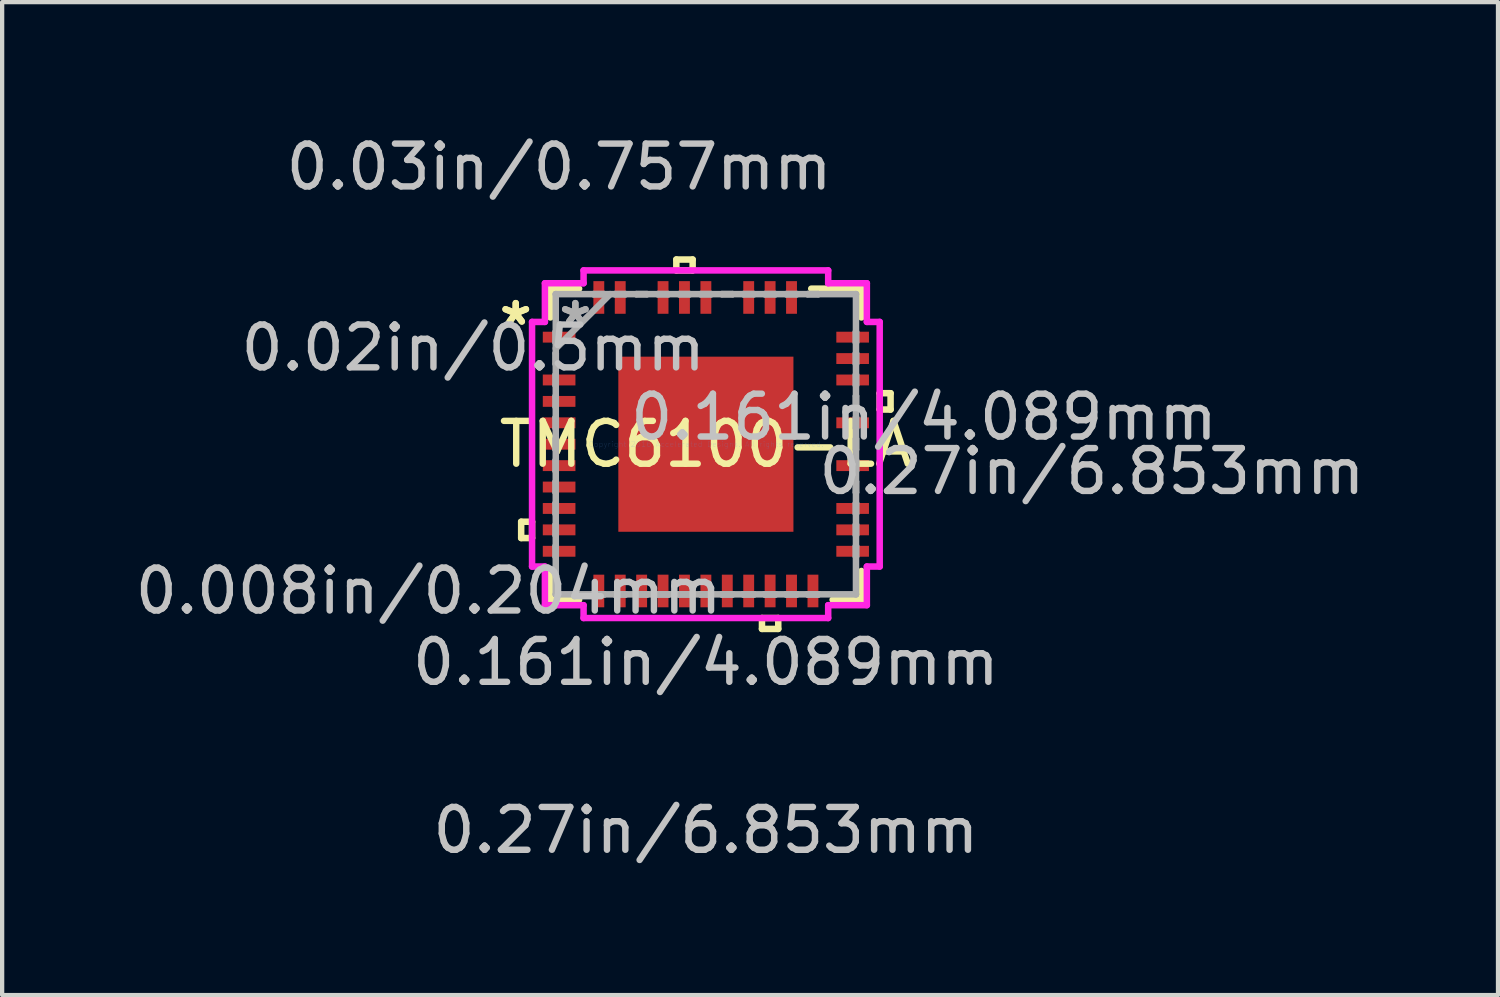
<source format=kicad_pcb>
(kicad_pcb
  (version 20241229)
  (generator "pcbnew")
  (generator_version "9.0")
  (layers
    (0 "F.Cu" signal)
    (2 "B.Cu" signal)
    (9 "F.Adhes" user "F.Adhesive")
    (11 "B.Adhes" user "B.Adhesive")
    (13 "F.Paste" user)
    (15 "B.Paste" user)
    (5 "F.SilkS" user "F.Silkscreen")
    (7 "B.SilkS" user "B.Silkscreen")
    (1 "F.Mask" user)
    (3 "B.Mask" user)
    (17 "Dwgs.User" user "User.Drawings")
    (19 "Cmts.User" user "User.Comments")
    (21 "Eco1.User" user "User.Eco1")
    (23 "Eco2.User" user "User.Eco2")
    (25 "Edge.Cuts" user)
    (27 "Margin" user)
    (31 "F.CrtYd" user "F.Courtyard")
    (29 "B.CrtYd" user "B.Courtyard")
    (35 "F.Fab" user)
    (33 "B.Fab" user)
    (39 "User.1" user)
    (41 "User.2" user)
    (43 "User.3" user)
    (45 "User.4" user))
  (footprint "TMC6100-LA"
    (layer "F.Cu")
    (at 13.433 7.323)
    (property "Reference" "TMC6100-LA" (at 0 0 0) (layer "F.SilkS") (effects (font (size 1 1) (thickness 0.15))))
    (attr through_hole)
    (fp_line (start -4.313 1.81) (end -4.313 2.191) (stroke (width 0.152) (type solid)) (layer "F.SilkS"))
    (fp_line (start -4.313 2.191) (end -4.059 2.191) (stroke (width 0.152) (type solid)) (layer "F.SilkS"))
    (fp_line (start -4.059 1.81) (end -4.313 1.81) (stroke (width 0.152) (type solid)) (layer "F.SilkS"))
    (fp_line (start -4.059 2.191) (end -4.059 1.81) (stroke (width 0.152) (type solid)) (layer "F.SilkS"))
    (fp_line (start -3.632 -3.632) (end -3.632 -2.96) (stroke (width 0.152) (type solid)) (layer "F.SilkS"))
    (fp_line (start -3.632 2.96) (end -3.632 3.632) (stroke (width 0.152) (type solid)) (layer "F.SilkS"))
    (fp_line (start -3.632 3.632) (end -2.96 3.632) (stroke (width 0.152) (type solid)) (layer "F.SilkS"))
    (fp_line (start -2.96 -3.632) (end -3.632 -3.632) (stroke (width 0.152) (type solid)) (layer "F.SilkS"))
    (fp_line (start -0.69 -4.313) (end -0.309 -4.313) (stroke (width 0.152) (type solid)) (layer "F.SilkS"))
    (fp_line (start -0.69 -4.059) (end -0.69 -4.313) (stroke (width 0.152) (type solid)) (layer "F.SilkS"))
    (fp_line (start -0.309 -4.313) (end -0.309 -4.059) (stroke (width 0.152) (type solid)) (layer "F.SilkS"))
    (fp_line (start -0.309 -4.059) (end -0.69 -4.059) (stroke (width 0.152) (type solid)) (layer "F.SilkS"))
    (fp_line (start 1.31 4.059) (end 1.31 4.313) (stroke (width 0.152) (type solid)) (layer "F.SilkS"))
    (fp_line (start 1.31 4.313) (end 1.69 4.313) (stroke (width 0.152) (type solid)) (layer "F.SilkS"))
    (fp_line (start 1.69 4.059) (end 1.31 4.059) (stroke (width 0.152) (type solid)) (layer "F.SilkS"))
    (fp_line (start 1.69 4.313) (end 1.69 4.059) (stroke (width 0.152) (type solid)) (layer "F.SilkS"))
    (fp_line (start 2.96 3.632) (end 3.632 3.632) (stroke (width 0.152) (type solid)) (layer "F.SilkS"))
    (fp_line (start 3.632 -3.632) (end 2.46 -3.632) (stroke (width 0.152) (type solid)) (layer "F.SilkS"))
    (fp_line (start 3.632 -2.96) (end 3.632 -3.632) (stroke (width 0.152) (type solid)) (layer "F.SilkS"))
    (fp_line (start 3.632 3.632) (end 3.632 2.96) (stroke (width 0.152) (type solid)) (layer "F.SilkS"))
    (fp_line (start 4.059 -1.191) (end 4.313 -1.191) (stroke (width 0.152) (type solid)) (layer "F.SilkS"))
    (fp_line (start 4.059 -0.81) (end 4.059 -1.191) (stroke (width 0.152) (type solid)) (layer "F.SilkS"))
    (fp_line (start 4.313 -1.191) (end 4.313 -0.81) (stroke (width 0.152) (type solid)) (layer "F.SilkS"))
    (fp_line (start 4.313 -0.81) (end 4.059 -0.81) (stroke (width 0.152) (type solid)) (layer "F.SilkS"))
    (fp_line (start -1.945 -1.945) (end -1.945 -0.782) (stroke (width 0.152) (type solid)) (layer "F.Paste"))
    (fp_line (start -1.945 -0.782) (end -0.782 -0.782) (stroke (width 0.152) (type solid)) (layer "F.Paste"))
    (fp_line (start -1.945 -0.582) (end -1.945 0.582) (stroke (width 0.152) (type solid)) (layer "F.Paste"))
    (fp_line (start -1.945 0.582) (end -0.782 0.582) (stroke (width 0.152) (type solid)) (layer "F.Paste"))
    (fp_line (start -1.945 0.782) (end -1.945 1.945) (stroke (width 0.152) (type solid)) (layer "F.Paste"))
    (fp_line (start -1.945 1.945) (end -0.782 1.945) (stroke (width 0.152) (type solid)) (layer "F.Paste"))
    (fp_line (start -0.782 -1.945) (end -1.945 -1.945) (stroke (width 0.152) (type solid)) (layer "F.Paste"))
    (fp_line (start -0.782 -0.782) (end -0.782 -1.945) (stroke (width 0.152) (type solid)) (layer "F.Paste"))
    (fp_line (start -0.782 -0.582) (end -1.945 -0.582) (stroke (width 0.152) (type solid)) (layer "F.Paste"))
    (fp_line (start -0.782 0.582) (end -0.782 -0.582) (stroke (width 0.152) (type solid)) (layer "F.Paste"))
    (fp_line (start -0.782 0.782) (end -1.945 0.782) (stroke (width 0.152) (type solid)) (layer "F.Paste"))
    (fp_line (start -0.782 1.945) (end -0.782 0.782) (stroke (width 0.152) (type solid)) (layer "F.Paste"))
    (fp_line (start -0.582 -1.945) (end -0.582 -0.782) (stroke (width 0.152) (type solid)) (layer "F.Paste"))
    (fp_line (start -0.582 -0.782) (end 0.582 -0.782) (stroke (width 0.152) (type solid)) (layer "F.Paste"))
    (fp_line (start -0.582 -0.582) (end -0.582 0.582) (stroke (width 0.152) (type solid)) (layer "F.Paste"))
    (fp_line (start -0.582 0.582) (end 0.582 0.582) (stroke (width 0.152) (type solid)) (layer "F.Paste"))
    (fp_line (start -0.582 0.782) (end -0.582 1.945) (stroke (width 0.152) (type solid)) (layer "F.Paste"))
    (fp_line (start -0.582 1.945) (end 0.582 1.945) (stroke (width 0.152) (type solid)) (layer "F.Paste"))
    (fp_line (start 0.582 -1.945) (end -0.582 -1.945) (stroke (width 0.152) (type solid)) (layer "F.Paste"))
    (fp_line (start 0.582 -0.782) (end 0.582 -1.945) (stroke (width 0.152) (type solid)) (layer "F.Paste"))
    (fp_line (start 0.582 -0.582) (end -0.582 -0.582) (stroke (width 0.152) (type solid)) (layer "F.Paste"))
    (fp_line (start 0.582 0.582) (end 0.582 -0.582) (stroke (width 0.152) (type solid)) (layer "F.Paste"))
    (fp_line (start 0.582 0.782) (end -0.582 0.782) (stroke (width 0.152) (type solid)) (layer "F.Paste"))
    (fp_line (start 0.582 1.945) (end 0.582 0.782) (stroke (width 0.152) (type solid)) (layer "F.Paste"))
    (fp_line (start 0.782 -1.945) (end 0.782 -0.782) (stroke (width 0.152) (type solid)) (layer "F.Paste"))
    (fp_line (start 0.782 -0.782) (end 1.945 -0.782) (stroke (width 0.152) (type solid)) (layer "F.Paste"))
    (fp_line (start 0.782 -0.582) (end 0.782 0.582) (stroke (width 0.152) (type solid)) (layer "F.Paste"))
    (fp_line (start 0.782 0.582) (end 1.945 0.582) (stroke (width 0.152) (type solid)) (layer "F.Paste"))
    (fp_line (start 0.782 0.782) (end 0.782 1.945) (stroke (width 0.152) (type solid)) (layer "F.Paste"))
    (fp_line (start 0.782 1.945) (end 1.945 1.945) (stroke (width 0.152) (type solid)) (layer "F.Paste"))
    (fp_line (start 1.945 -1.945) (end 0.782 -1.945) (stroke (width 0.152) (type solid)) (layer "F.Paste"))
    (fp_line (start 1.945 -0.782) (end 1.945 -1.945) (stroke (width 0.152) (type solid)) (layer "F.Paste"))
    (fp_line (start 1.945 -0.582) (end 0.782 -0.582) (stroke (width 0.152) (type solid)) (layer "F.Paste"))
    (fp_line (start 1.945 0.582) (end 1.945 -0.582) (stroke (width 0.152) (type solid)) (layer "F.Paste"))
    (fp_line (start 1.945 0.782) (end 0.782 0.782) (stroke (width 0.152) (type solid)) (layer "F.Paste"))
    (fp_line (start 1.945 1.945) (end 1.945 0.782) (stroke (width 0.152) (type solid)) (layer "F.Paste"))
    (fp_line (start -4.059 -2.856) (end -3.759 -2.856) (stroke (width 0.152) (type solid)) (layer "F.CrtYd"))
    (fp_line (start -4.059 2.856) (end -4.059 -2.856) (stroke (width 0.152) (type solid)) (layer "F.CrtYd"))
    (fp_line (start -3.759 -3.759) (end -2.856 -3.759) (stroke (width 0.152) (type solid)) (layer "F.CrtYd"))
    (fp_line (start -3.759 -2.856) (end -3.759 -3.759) (stroke (width 0.152) (type solid)) (layer "F.CrtYd"))
    (fp_line (start -3.759 2.856) (end -4.059 2.856) (stroke (width 0.152) (type solid)) (layer "F.CrtYd"))
    (fp_line (start -3.759 3.759) (end -3.759 2.856) (stroke (width 0.152) (type solid)) (layer "F.CrtYd"))
    (fp_line (start -2.856 -4.059) (end 2.856 -4.059) (stroke (width 0.152) (type solid)) (layer "F.CrtYd"))
    (fp_line (start -2.856 -3.759) (end -2.856 -4.059) (stroke (width 0.152) (type solid)) (layer "F.CrtYd"))
    (fp_line (start -2.856 3.759) (end -3.759 3.759) (stroke (width 0.152) (type solid)) (layer "F.CrtYd"))
    (fp_line (start -2.856 4.059) (end -2.856 3.759) (stroke (width 0.152) (type solid)) (layer "F.CrtYd"))
    (fp_line (start 2.856 -4.059) (end 2.856 -3.759) (stroke (width 0.152) (type solid)) (layer "F.CrtYd"))
    (fp_line (start 2.856 -3.759) (end 3.759 -3.759) (stroke (width 0.152) (type solid)) (layer "F.CrtYd"))
    (fp_line (start 2.856 3.759) (end 2.856 4.059) (stroke (width 0.152) (type solid)) (layer "F.CrtYd"))
    (fp_line (start 2.856 4.059) (end -2.856 4.059) (stroke (width 0.152) (type solid)) (layer "F.CrtYd"))
    (fp_line (start 3.759 -3.759) (end 3.759 -2.856) (stroke (width 0.152) (type solid)) (layer "F.CrtYd"))
    (fp_line (start 3.759 -2.856) (end 4.059 -2.856) (stroke (width 0.152) (type solid)) (layer "F.CrtYd"))
    (fp_line (start 3.759 2.856) (end 3.759 3.759) (stroke (width 0.152) (type solid)) (layer "F.CrtYd"))
    (fp_line (start 3.759 3.759) (end 2.856 3.759) (stroke (width 0.152) (type solid)) (layer "F.CrtYd"))
    (fp_line (start 4.059 -2.856) (end 4.059 2.856) (stroke (width 0.152) (type solid)) (layer "F.CrtYd"))
    (fp_line (start 4.059 2.856) (end 3.759 2.856) (stroke (width 0.152) (type solid)) (layer "F.CrtYd"))
    (fp_line (start -3.505 -3.505) (end -3.505 -3.505) (stroke (width 0.152) (type solid)) (layer "F.Fab"))
    (fp_line (start -3.505 -3.505) (end -3.505 3.505) (stroke (width 0.152) (type solid)) (layer "F.Fab"))
    (fp_line (start -3.505 -2.627) (end -3.505 -2.627) (stroke (width 0.152) (type solid)) (layer "F.Fab"))
    (fp_line (start -3.505 -2.627) (end -3.505 -2.373) (stroke (width 0.152) (type solid)) (layer "F.Fab"))
    (fp_line (start -3.505 -2.373) (end -3.505 -2.627) (stroke (width 0.152) (type solid)) (layer "F.Fab"))
    (fp_line (start -3.505 -2.373) (end -3.505 -2.373) (stroke (width 0.152) (type solid)) (layer "F.Fab"))
    (fp_line (start -3.505 -2.235) (end -2.235 -3.505) (stroke (width 0.152) (type solid)) (layer "F.Fab"))
    (fp_line (start -3.505 -2.127) (end -3.505 -2.127) (stroke (width 0.152) (type solid)) (layer "F.Fab"))
    (fp_line (start -3.505 -2.127) (end -3.505 -1.873) (stroke (width 0.152) (type solid)) (layer "F.Fab"))
    (fp_line (start -3.505 -1.873) (end -3.505 -2.127) (stroke (width 0.152) (type solid)) (layer "F.Fab"))
    (fp_line (start -3.505 -1.873) (end -3.505 -1.873) (stroke (width 0.152) (type solid)) (layer "F.Fab"))
    (fp_line (start -3.505 -1.627) (end -3.505 -1.627) (stroke (width 0.152) (type solid)) (layer "F.Fab"))
    (fp_line (start -3.505 -1.627) (end -3.505 -1.373) (stroke (width 0.152) (type solid)) (layer "F.Fab"))
    (fp_line (start -3.505 -1.373) (end -3.505 -1.627) (stroke (width 0.152) (type solid)) (layer "F.Fab"))
    (fp_line (start -3.505 -1.373) (end -3.505 -1.373) (stroke (width 0.152) (type solid)) (layer "F.Fab"))
    (fp_line (start -3.505 -1.127) (end -3.505 -1.127) (stroke (width 0.152) (type solid)) (layer "F.Fab"))
    (fp_line (start -3.505 -1.127) (end -3.505 -0.873) (stroke (width 0.152) (type solid)) (layer "F.Fab"))
    (fp_line (start -3.505 -0.873) (end -3.505 -1.127) (stroke (width 0.152) (type solid)) (layer "F.Fab"))
    (fp_line (start -3.505 -0.873) (end -3.505 -0.873) (stroke (width 0.152) (type solid)) (layer "F.Fab"))
    (fp_line (start -3.505 -0.627) (end -3.505 -0.627) (stroke (width 0.152) (type solid)) (layer "F.Fab"))
    (fp_line (start -3.505 -0.627) (end -3.505 -0.373) (stroke (width 0.152) (type solid)) (layer "F.Fab"))
    (fp_line (start -3.505 -0.373) (end -3.505 -0.627) (stroke (width 0.152) (type solid)) (layer "F.Fab"))
    (fp_line (start -3.505 -0.373) (end -3.505 -0.373) (stroke (width 0.152) (type solid)) (layer "F.Fab"))
    (fp_line (start -3.505 -0.127) (end -3.505 -0.127) (stroke (width 0.152) (type solid)) (layer "F.Fab"))
    (fp_line (start -3.505 -0.127) (end -3.505 0.127) (stroke (width 0.152) (type solid)) (layer "F.Fab"))
    (fp_line (start -3.505 0.127) (end -3.505 -0.127) (stroke (width 0.152) (type solid)) (layer "F.Fab"))
    (fp_line (start -3.505 0.127) (end -3.505 0.127) (stroke (width 0.152) (type solid)) (layer "F.Fab"))
    (fp_line (start -3.505 0.373) (end -3.505 0.373) (stroke (width 0.152) (type solid)) (layer "F.Fab"))
    (fp_line (start -3.505 0.373) (end -3.505 0.627) (stroke (width 0.152) (type solid)) (layer "F.Fab"))
    (fp_line (start -3.505 0.627) (end -3.505 0.373) (stroke (width 0.152) (type solid)) (layer "F.Fab"))
    (fp_line (start -3.505 0.627) (end -3.505 0.627) (stroke (width 0.152) (type solid)) (layer "F.Fab"))
    (fp_line (start -3.505 0.873) (end -3.505 0.873) (stroke (width 0.152) (type solid)) (layer "F.Fab"))
    (fp_line (start -3.505 0.873) (end -3.505 1.127) (stroke (width 0.152) (type solid)) (layer "F.Fab"))
    (fp_line (start -3.505 1.127) (end -3.505 0.873) (stroke (width 0.152) (type solid)) (layer "F.Fab"))
    (fp_line (start -3.505 1.127) (end -3.505 1.127) (stroke (width 0.152) (type solid)) (layer "F.Fab"))
    (fp_line (start -3.505 1.373) (end -3.505 1.373) (stroke (width 0.152) (type solid)) (layer "F.Fab"))
    (fp_line (start -3.505 1.373) (end -3.505 1.627) (stroke (width 0.152) (type solid)) (layer "F.Fab"))
    (fp_line (start -3.505 1.627) (end -3.505 1.373) (stroke (width 0.152) (type solid)) (layer "F.Fab"))
    (fp_line (start -3.505 1.627) (end -3.505 1.627) (stroke (width 0.152) (type solid)) (layer "F.Fab"))
    (fp_line (start -3.505 1.873) (end -3.505 1.873) (stroke (width 0.152) (type solid)) (layer "F.Fab"))
    (fp_line (start -3.505 1.873) (end -3.505 2.127) (stroke (width 0.152) (type solid)) (layer "F.Fab"))
    (fp_line (start -3.505 2.127) (end -3.505 1.873) (stroke (width 0.152) (type solid)) (layer "F.Fab"))
    (fp_line (start -3.505 2.127) (end -3.505 2.127) (stroke (width 0.152) (type solid)) (layer "F.Fab"))
    (fp_line (start -3.505 2.373) (end -3.505 2.373) (stroke (width 0.152) (type solid)) (layer "F.Fab"))
    (fp_line (start -3.505 2.373) (end -3.505 2.627) (stroke (width 0.152) (type solid)) (layer "F.Fab"))
    (fp_line (start -3.505 2.627) (end -3.505 2.373) (stroke (width 0.152) (type solid)) (layer "F.Fab"))
    (fp_line (start -3.505 2.627) (end -3.505 2.627) (stroke (width 0.152) (type solid)) (layer "F.Fab"))
    (fp_line (start -3.505 3.505) (end -3.505 3.505) (stroke (width 0.152) (type solid)) (layer "F.Fab"))
    (fp_line (start -3.505 3.505) (end 3.505 3.505) (stroke (width 0.152) (type solid)) (layer "F.Fab"))
    (fp_line (start -2.627 -3.505) (end -2.627 -3.505) (stroke (width 0.152) (type solid)) (layer "F.Fab"))
    (fp_line (start -2.627 -3.505) (end -2.373 -3.505) (stroke (width 0.152) (type solid)) (layer "F.Fab"))
    (fp_line (start -2.627 3.505) (end -2.627 3.505) (stroke (width 0.152) (type solid)) (layer "F.Fab"))
    (fp_line (start -2.627 3.505) (end -2.373 3.505) (stroke (width 0.152) (type solid)) (layer "F.Fab"))
    (fp_line (start -2.373 -3.505) (end -2.627 -3.505) (stroke (width 0.152) (type solid)) (layer "F.Fab"))
    (fp_line (start -2.373 -3.505) (end -2.373 -3.505) (stroke (width 0.152) (type solid)) (layer "F.Fab"))
    (fp_line (start -2.373 3.505) (end -2.627 3.505) (stroke (width 0.152) (type solid)) (layer "F.Fab"))
    (fp_line (start -2.373 3.505) (end -2.373 3.505) (stroke (width 0.152) (type solid)) (layer "F.Fab"))
    (fp_line (start -2.127 -3.505) (end -2.127 -3.505) (stroke (width 0.152) (type solid)) (layer "F.Fab"))
    (fp_line (start -2.127 -3.505) (end -1.873 -3.505) (stroke (width 0.152) (type solid)) (layer "F.Fab"))
    (fp_line (start -2.127 3.505) (end -2.127 3.505) (stroke (width 0.152) (type solid)) (layer "F.Fab"))
    (fp_line (start -2.127 3.505) (end -1.873 3.505) (stroke (width 0.152) (type solid)) (layer "F.Fab"))
    (fp_line (start -1.873 -3.505) (end -2.127 -3.505) (stroke (width 0.152) (type solid)) (layer "F.Fab"))
    (fp_line (start -1.873 -3.505) (end -1.873 -3.505) (stroke (width 0.152) (type solid)) (layer "F.Fab"))
    (fp_line (start -1.873 3.505) (end -2.127 3.505) (stroke (width 0.152) (type solid)) (layer "F.Fab"))
    (fp_line (start -1.873 3.505) (end -1.873 3.505) (stroke (width 0.152) (type solid)) (layer "F.Fab"))
    (fp_line (start -1.627 -3.505) (end -1.627 -3.505) (stroke (width 0.152) (type solid)) (layer "F.Fab"))
    (fp_line (start -1.627 -3.505) (end -1.373 -3.505) (stroke (width 0.152) (type solid)) (layer "F.Fab"))
    (fp_line (start -1.627 3.505) (end -1.627 3.505) (stroke (width 0.152) (type solid)) (layer "F.Fab"))
    (fp_line (start -1.627 3.505) (end -1.373 3.505) (stroke (width 0.152) (type solid)) (layer "F.Fab"))
    (fp_line (start -1.373 -3.505) (end -1.627 -3.505) (stroke (width 0.152) (type solid)) (layer "F.Fab"))
    (fp_line (start -1.373 -3.505) (end -1.373 -3.505) (stroke (width 0.152) (type solid)) (layer "F.Fab"))
    (fp_line (start -1.373 3.505) (end -1.627 3.505) (stroke (width 0.152) (type solid)) (layer "F.Fab"))
    (fp_line (start -1.373 3.505) (end -1.373 3.505) (stroke (width 0.152) (type solid)) (layer "F.Fab"))
    (fp_line (start -1.127 -3.505) (end -1.127 -3.505) (stroke (width 0.152) (type solid)) (layer "F.Fab"))
    (fp_line (start -1.127 -3.505) (end -0.873 -3.505) (stroke (width 0.152) (type solid)) (layer "F.Fab"))
    (fp_line (start -1.127 3.505) (end -1.127 3.505) (stroke (width 0.152) (type solid)) (layer "F.Fab"))
    (fp_line (start -1.127 3.505) (end -0.873 3.505) (stroke (width 0.152) (type solid)) (layer "F.Fab"))
    (fp_line (start -0.873 -3.505) (end -1.127 -3.505) (stroke (width 0.152) (type solid)) (layer "F.Fab"))
    (fp_line (start -0.873 -3.505) (end -0.873 -3.505) (stroke (width 0.152) (type solid)) (layer "F.Fab"))
    (fp_line (start -0.873 3.505) (end -1.127 3.505) (stroke (width 0.152) (type solid)) (layer "F.Fab"))
    (fp_line (start -0.873 3.505) (end -0.873 3.505) (stroke (width 0.152) (type solid)) (layer "F.Fab"))
    (fp_line (start -0.627 -3.505) (end -0.627 -3.505) (stroke (width 0.152) (type solid)) (layer "F.Fab"))
    (fp_line (start -0.627 -3.505) (end -0.373 -3.505) (stroke (width 0.152) (type solid)) (layer "F.Fab"))
    (fp_line (start -0.627 3.505) (end -0.627 3.505) (stroke (width 0.152) (type solid)) (layer "F.Fab"))
    (fp_line (start -0.627 3.505) (end -0.373 3.505) (stroke (width 0.152) (type solid)) (layer "F.Fab"))
    (fp_line (start -0.373 -3.505) (end -0.627 -3.505) (stroke (width 0.152) (type solid)) (layer "F.Fab"))
    (fp_line (start -0.373 -3.505) (end -0.373 -3.505) (stroke (width 0.152) (type solid)) (layer "F.Fab"))
    (fp_line (start -0.373 3.505) (end -0.627 3.505) (stroke (width 0.152) (type solid)) (layer "F.Fab"))
    (fp_line (start -0.373 3.505) (end -0.373 3.505) (stroke (width 0.152) (type solid)) (layer "F.Fab"))
    (fp_line (start -0.127 -3.505) (end -0.127 -3.505) (stroke (width 0.152) (type solid)) (layer "F.Fab"))
    (fp_line (start -0.127 -3.505) (end 0.127 -3.505) (stroke (width 0.152) (type solid)) (layer "F.Fab"))
    (fp_line (start -0.127 3.505) (end -0.127 3.505) (stroke (width 0.152) (type solid)) (layer "F.Fab"))
    (fp_line (start -0.127 3.505) (end 0.127 3.505) (stroke (width 0.152) (type solid)) (layer "F.Fab"))
    (fp_line (start 0.127 -3.505) (end -0.127 -3.505) (stroke (width 0.152) (type solid)) (layer "F.Fab"))
    (fp_line (start 0.127 -3.505) (end 0.127 -3.505) (stroke (width 0.152) (type solid)) (layer "F.Fab"))
    (fp_line (start 0.127 3.505) (end -0.127 3.505) (stroke (width 0.152) (type solid)) (layer "F.Fab"))
    (fp_line (start 0.127 3.505) (end 0.127 3.505) (stroke (width 0.152) (type solid)) (layer "F.Fab"))
    (fp_line (start 0.373 -3.505) (end 0.373 -3.505) (stroke (width 0.152) (type solid)) (layer "F.Fab"))
    (fp_line (start 0.373 -3.505) (end 0.627 -3.505) (stroke (width 0.152) (type solid)) (layer "F.Fab"))
    (fp_line (start 0.373 3.505) (end 0.373 3.505) (stroke (width 0.152) (type solid)) (layer "F.Fab"))
    (fp_line (start 0.373 3.505) (end 0.627 3.505) (stroke (width 0.152) (type solid)) (layer "F.Fab"))
    (fp_line (start 0.627 -3.505) (end 0.373 -3.505) (stroke (width 0.152) (type solid)) (layer "F.Fab"))
    (fp_line (start 0.627 -3.505) (end 0.627 -3.505) (stroke (width 0.152) (type solid)) (layer "F.Fab"))
    (fp_line (start 0.627 3.505) (end 0.373 3.505) (stroke (width 0.152) (type solid)) (layer "F.Fab"))
    (fp_line (start 0.627 3.505) (end 0.627 3.505) (stroke (width 0.152) (type solid)) (layer "F.Fab"))
    (fp_line (start 0.873 -3.505) (end 0.873 -3.505) (stroke (width 0.152) (type solid)) (layer "F.Fab"))
    (fp_line (start 0.873 -3.505) (end 1.127 -3.505) (stroke (width 0.152) (type solid)) (layer "F.Fab"))
    (fp_line (start 0.873 3.505) (end 0.873 3.505) (stroke (width 0.152) (type solid)) (layer "F.Fab"))
    (fp_line (start 0.873 3.505) (end 1.127 3.505) (stroke (width 0.152) (type solid)) (layer "F.Fab"))
    (fp_line (start 1.127 -3.505) (end 0.873 -3.505) (stroke (width 0.152) (type solid)) (layer "F.Fab"))
    (fp_line (start 1.127 -3.505) (end 1.127 -3.505) (stroke (width 0.152) (type solid)) (layer "F.Fab"))
    (fp_line (start 1.127 3.505) (end 0.873 3.505) (stroke (width 0.152) (type solid)) (layer "F.Fab"))
    (fp_line (start 1.127 3.505) (end 1.127 3.505) (stroke (width 0.152) (type solid)) (layer "F.Fab"))
    (fp_line (start 1.373 -3.505) (end 1.373 -3.505) (stroke (width 0.152) (type solid)) (layer "F.Fab"))
    (fp_line (start 1.373 -3.505) (end 1.627 -3.505) (stroke (width 0.152) (type solid)) (layer "F.Fab"))
    (fp_line (start 1.373 3.505) (end 1.373 3.505) (stroke (width 0.152) (type solid)) (layer "F.Fab"))
    (fp_line (start 1.373 3.505) (end 1.627 3.505) (stroke (width 0.152) (type solid)) (layer "F.Fab"))
    (fp_line (start 1.627 -3.505) (end 1.373 -3.505) (stroke (width 0.152) (type solid)) (layer "F.Fab"))
    (fp_line (start 1.627 -3.505) (end 1.627 -3.505) (stroke (width 0.152) (type solid)) (layer "F.Fab"))
    (fp_line (start 1.627 3.505) (end 1.373 3.505) (stroke (width 0.152) (type solid)) (layer "F.Fab"))
    (fp_line (start 1.627 3.505) (end 1.627 3.505) (stroke (width 0.152) (type solid)) (layer "F.Fab"))
    (fp_line (start 1.873 -3.505) (end 1.873 -3.505) (stroke (width 0.152) (type solid)) (layer "F.Fab"))
    (fp_line (start 1.873 -3.505) (end 2.127 -3.505) (stroke (width 0.152) (type solid)) (layer "F.Fab"))
    (fp_line (start 1.873 3.505) (end 1.873 3.505) (stroke (width 0.152) (type solid)) (layer "F.Fab"))
    (fp_line (start 1.873 3.505) (end 2.127 3.505) (stroke (width 0.152) (type solid)) (layer "F.Fab"))
    (fp_line (start 2.127 -3.505) (end 1.873 -3.505) (stroke (width 0.152) (type solid)) (layer "F.Fab"))
    (fp_line (start 2.127 -3.505) (end 2.127 -3.505) (stroke (width 0.152) (type solid)) (layer "F.Fab"))
    (fp_line (start 2.127 3.505) (end 1.873 3.505) (stroke (width 0.152) (type solid)) (layer "F.Fab"))
    (fp_line (start 2.127 3.505) (end 2.127 3.505) (stroke (width 0.152) (type solid)) (layer "F.Fab"))
    (fp_line (start 2.373 -3.505) (end 2.373 -3.505) (stroke (width 0.152) (type solid)) (layer "F.Fab"))
    (fp_line (start 2.373 -3.505) (end 2.627 -3.505) (stroke (width 0.152) (type solid)) (layer "F.Fab"))
    (fp_line (start 2.373 3.505) (end 2.373 3.505) (stroke (width 0.152) (type solid)) (layer "F.Fab"))
    (fp_line (start 2.373 3.505) (end 2.627 3.505) (stroke (width 0.152) (type solid)) (layer "F.Fab"))
    (fp_line (start 2.627 -3.505) (end 2.373 -3.505) (stroke (width 0.152) (type solid)) (layer "F.Fab"))
    (fp_line (start 2.627 -3.505) (end 2.627 -3.505) (stroke (width 0.152) (type solid)) (layer "F.Fab"))
    (fp_line (start 2.627 3.505) (end 2.373 3.505) (stroke (width 0.152) (type solid)) (layer "F.Fab"))
    (fp_line (start 2.627 3.505) (end 2.627 3.505) (stroke (width 0.152) (type solid)) (layer "F.Fab"))
    (fp_line (start 3.505 -3.505) (end -3.505 -3.505) (stroke (width 0.152) (type solid)) (layer "F.Fab"))
    (fp_line (start 3.505 -3.505) (end 3.505 -3.505) (stroke (width 0.152) (type solid)) (layer "F.Fab"))
    (fp_line (start 3.505 -2.627) (end 3.505 -2.627) (stroke (width 0.152) (type solid)) (layer "F.Fab"))
    (fp_line (start 3.505 -2.627) (end 3.505 -2.373) (stroke (width 0.152) (type solid)) (layer "F.Fab"))
    (fp_line (start 3.505 -2.373) (end 3.505 -2.627) (stroke (width 0.152) (type solid)) (layer "F.Fab"))
    (fp_line (start 3.505 -2.373) (end 3.505 -2.373) (stroke (width 0.152) (type solid)) (layer "F.Fab"))
    (fp_line (start 3.505 -2.127) (end 3.505 -2.127) (stroke (width 0.152) (type solid)) (layer "F.Fab"))
    (fp_line (start 3.505 -2.127) (end 3.505 -1.873) (stroke (width 0.152) (type solid)) (layer "F.Fab"))
    (fp_line (start 3.505 -1.873) (end 3.505 -2.127) (stroke (width 0.152) (type solid)) (layer "F.Fab"))
    (fp_line (start 3.505 -1.873) (end 3.505 -1.873) (stroke (width 0.152) (type solid)) (layer "F.Fab"))
    (fp_line (start 3.505 -1.627) (end 3.505 -1.627) (stroke (width 0.152) (type solid)) (layer "F.Fab"))
    (fp_line (start 3.505 -1.627) (end 3.505 -1.373) (stroke (width 0.152) (type solid)) (layer "F.Fab"))
    (fp_line (start 3.505 -1.373) (end 3.505 -1.627) (stroke (width 0.152) (type solid)) (layer "F.Fab"))
    (fp_line (start 3.505 -1.373) (end 3.505 -1.373) (stroke (width 0.152) (type solid)) (layer "F.Fab"))
    (fp_line (start 3.505 -1.127) (end 3.505 -1.127) (stroke (width 0.152) (type solid)) (layer "F.Fab"))
    (fp_line (start 3.505 -1.127) (end 3.505 -0.873) (stroke (width 0.152) (type solid)) (layer "F.Fab"))
    (fp_line (start 3.505 -0.873) (end 3.505 -1.127) (stroke (width 0.152) (type solid)) (layer "F.Fab"))
    (fp_line (start 3.505 -0.873) (end 3.505 -0.873) (stroke (width 0.152) (type solid)) (layer "F.Fab"))
    (fp_line (start 3.505 -0.627) (end 3.505 -0.627) (stroke (width 0.152) (type solid)) (layer "F.Fab"))
    (fp_line (start 3.505 -0.627) (end 3.505 -0.373) (stroke (width 0.152) (type solid)) (layer "F.Fab"))
    (fp_line (start 3.505 -0.373) (end 3.505 -0.627) (stroke (width 0.152) (type solid)) (layer "F.Fab"))
    (fp_line (start 3.505 -0.373) (end 3.505 -0.373) (stroke (width 0.152) (type solid)) (layer "F.Fab"))
    (fp_line (start 3.505 -0.127) (end 3.505 -0.127) (stroke (width 0.152) (type solid)) (layer "F.Fab"))
    (fp_line (start 3.505 -0.127) (end 3.505 0.127) (stroke (width 0.152) (type solid)) (layer "F.Fab"))
    (fp_line (start 3.505 0.127) (end 3.505 -0.127) (stroke (width 0.152) (type solid)) (layer "F.Fab"))
    (fp_line (start 3.505 0.127) (end 3.505 0.127) (stroke (width 0.152) (type solid)) (layer "F.Fab"))
    (fp_line (start 3.505 0.373) (end 3.505 0.373) (stroke (width 0.152) (type solid)) (layer "F.Fab"))
    (fp_line (start 3.505 0.373) (end 3.505 0.627) (stroke (width 0.152) (type solid)) (layer "F.Fab"))
    (fp_line (start 3.505 0.627) (end 3.505 0.373) (stroke (width 0.152) (type solid)) (layer "F.Fab"))
    (fp_line (start 3.505 0.627) (end 3.505 0.627) (stroke (width 0.152) (type solid)) (layer "F.Fab"))
    (fp_line (start 3.505 0.873) (end 3.505 0.873) (stroke (width 0.152) (type solid)) (layer "F.Fab"))
    (fp_line (start 3.505 0.873) (end 3.505 1.127) (stroke (width 0.152) (type solid)) (layer "F.Fab"))
    (fp_line (start 3.505 1.127) (end 3.505 0.873) (stroke (width 0.152) (type solid)) (layer "F.Fab"))
    (fp_line (start 3.505 1.127) (end 3.505 1.127) (stroke (width 0.152) (type solid)) (layer "F.Fab"))
    (fp_line (start 3.505 1.373) (end 3.505 1.373) (stroke (width 0.152) (type solid)) (layer "F.Fab"))
    (fp_line (start 3.505 1.373) (end 3.505 1.627) (stroke (width 0.152) (type solid)) (layer "F.Fab"))
    (fp_line (start 3.505 1.627) (end 3.505 1.373) (stroke (width 0.152) (type solid)) (layer "F.Fab"))
    (fp_line (start 3.505 1.627) (end 3.505 1.627) (stroke (width 0.152) (type solid)) (layer "F.Fab"))
    (fp_line (start 3.505 1.873) (end 3.505 1.873) (stroke (width 0.152) (type solid)) (layer "F.Fab"))
    (fp_line (start 3.505 1.873) (end 3.505 2.127) (stroke (width 0.152) (type solid)) (layer "F.Fab"))
    (fp_line (start 3.505 2.127) (end 3.505 1.873) (stroke (width 0.152) (type solid)) (layer "F.Fab"))
    (fp_line (start 3.505 2.127) (end 3.505 2.127) (stroke (width 0.152) (type solid)) (layer "F.Fab"))
    (fp_line (start 3.505 2.373) (end 3.505 2.373) (stroke (width 0.152) (type solid)) (layer "F.Fab"))
    (fp_line (start 3.505 2.373) (end 3.505 2.627) (stroke (width 0.152) (type solid)) (layer "F.Fab"))
    (fp_line (start 3.505 2.627) (end 3.505 2.373) (stroke (width 0.152) (type solid)) (layer "F.Fab"))
    (fp_line (start 3.505 2.627) (end 3.505 2.627) (stroke (width 0.152) (type solid)) (layer "F.Fab"))
    (fp_line (start 3.505 3.505) (end 3.505 -3.505) (stroke (width 0.152) (type solid)) (layer "F.Fab"))
    (fp_line (start 3.505 3.505) (end 3.505 3.505) (stroke (width 0.152) (type solid)) (layer "F.Fab"))
    (fp_text user "*" (at -4.44 -2.75 0) (layer "F.SilkS") (effects (font (size 1 1) (thickness 0.15))))
    (fp_text user "*" (at -4.44 -2.75 0) (layer "F.SilkS") (effects (font (size 1 1) (thickness 0.15))))
    (fp_text user "0.161in/4.089mm" (at 5.093 -0.635 0) (layer "Dwgs.User") (effects (font (size 1 1) (thickness 0.15))))
    (fp_text user "0.02in/0.5mm" (at -5.433 -2.25 0) (layer "Dwgs.User") (effects (font (size 1 1) (thickness 0.15))))
    (fp_text user "0.03in/0.757mm" (at -3.427 -6.475 0) (layer "Dwgs.User") (effects (font (size 1 1) (thickness 0.15))))
    (fp_text user "0.008in/0.204mm" (at -6.475 3.427 0) (layer "Dwgs.User") (effects (font (size 1 1) (thickness 0.15))))
    (fp_text user "0.27in/6.853mm" (at 0 9.015 0) (layer "Dwgs.User") (effects (font (size 1 1) (thickness 0.15))))
    (fp_text user "0.27in/6.853mm" (at 9.015 0.635 0) (layer "Dwgs.User") (effects (font (size 1 1) (thickness 0.15))))
    (fp_text user "0.161in/4.089mm" (at 0 5.093 0) (layer "Dwgs.User") (effects (font (size 1 1) (thickness 0.15))))
    (fp_text user "Copyright 2016 Accelerated Designs. All rights reserved." (at 0 0 0) (layer "Cmts.User") (effects (font (size 0.127 0.127) (thickness 0.002))))
    (fp_text user "*" (at -3.048 -2.75 0) (layer "F.Fab") (effects (font (size 1 1) (thickness 0.15))))
    (fp_text user "*" (at -3.048 -2.75 0) (layer "F.Fab") (effects (font (size 1 1) (thickness 0.15))))
    (pad "1" smd rect (at -3.427 -2.5 90) (size 0.254 0.762) (layers "F.Cu" "F.Mask" "F.Paste"))
    (pad "2" smd rect (at -3.427 -1.5 90) (size 0.254 0.762) (layers "F.Cu" "F.Mask" "F.Paste"))
    (pad "3" smd rect (at -3.427 -1 90) (size 0.254 0.762) (layers "F.Cu" "F.Mask" "F.Paste"))
    (pad "4" smd rect (at -3.427 -0.5 90) (size 0.254 0.762) (layers "F.Cu" "F.Mask" "F.Paste"))
    (pad "5" smd rect (at -3.427 0 90) (size 0.254 0.762) (layers "F.Cu" "F.Mask" "F.Paste"))
    (pad "6" smd rect (at -3.427 0.5 90) (size 0.254 0.762) (layers "F.Cu" "F.Mask" "F.Paste"))
    (pad "7" smd rect (at -3.427 1 90) (size 0.254 0.762) (layers "F.Cu" "F.Mask" "F.Paste"))
    (pad "8" smd rect (at -3.427 1.5 90) (size 0.254 0.762) (layers "F.Cu" "F.Mask" "F.Paste"))
    (pad "9" smd rect (at -3.427 2 90) (size 0.254 0.762) (layers "F.Cu" "F.Mask" "F.Paste"))
    (pad "10" smd rect (at -3.427 2.5 90) (size 0.254 0.762) (layers "F.Cu" "F.Mask" "F.Paste"))
    (pad "11" smd rect (at -2.5 3.427) (size 0.254 0.762) (layers "F.Cu" "F.Mask" "F.Paste"))
    (pad "12" smd rect (at -2 3.427) (size 0.254 0.762) (layers "F.Cu" "F.Mask" "F.Paste"))
    (pad "13" smd rect (at -1.5 3.427) (size 0.254 0.762) (layers "F.Cu" "F.Mask" "F.Paste"))
    (pad "14" smd rect (at -1 3.427) (size 0.254 0.762) (layers "F.Cu" "F.Mask" "F.Paste"))
    (pad "15" smd rect (at -0.5 3.427) (size 0.254 0.762) (layers "F.Cu" "F.Mask" "F.Paste"))
    (pad "16" smd rect (at 0 3.427) (size 0.254 0.762) (layers "F.Cu" "F.Mask" "F.Paste"))
    (pad "17" smd rect (at 0.5 3.427) (size 0.254 0.762) (layers "F.Cu" "F.Mask" "F.Paste"))
    (pad "18" smd rect (at 1 3.427) (size 0.254 0.762) (layers "F.Cu" "F.Mask" "F.Paste"))
    (pad "19" smd rect (at 1.5 3.427) (size 0.254 0.762) (layers "F.Cu" "F.Mask" "F.Paste"))
    (pad "20" smd rect (at 2 3.427) (size 0.254 0.762) (layers "F.Cu" "F.Mask" "F.Paste"))
    (pad "21" smd rect (at 2.5 3.427) (size 0.254 0.762) (layers "F.Cu" "F.Mask" "F.Paste"))
    (pad "22" smd rect (at 3.427 2.5 90) (size 0.254 0.762) (layers "F.Cu" "F.Mask" "F.Paste"))
    (pad "23" smd rect (at 3.427 2 90) (size 0.254 0.762) (layers "F.Cu" "F.Mask" "F.Paste"))
    (pad "24" smd rect (at 3.427 1.5 90) (size 0.254 0.762) (layers "F.Cu" "F.Mask" "F.Paste"))
    (pad "25" smd rect (at 3.427 0.5 90) (size 0.254 0.762) (layers "F.Cu" "F.Mask" "F.Paste"))
    (pad "26" smd rect (at 3.427 -0.5 90) (size 0.254 0.762) (layers "F.Cu" "F.Mask" "F.Paste"))
    (pad "27" smd rect (at 3.427 -1.5 90) (size 0.254 0.762) (layers "F.Cu" "F.Mask" "F.Paste"))
    (pad "28" smd rect (at 3.427 -2 90) (size 0.254 0.762) (layers "F.Cu" "F.Mask" "F.Paste"))
    (pad "29" smd rect (at 3.427 -2.5 90) (size 0.254 0.762) (layers "F.Cu" "F.Mask" "F.Paste"))
    (pad "30" smd rect (at 2 -3.427) (size 0.254 0.762) (layers "F.Cu" "F.Mask" "F.Paste"))
    (pad "31" smd rect (at 1.5 -3.427) (size 0.254 0.762) (layers "F.Cu" "F.Mask" "F.Paste"))
    (pad "32" smd rect (at 1 -3.427) (size 0.254 0.762) (layers "F.Cu" "F.Mask" "F.Paste"))
    (pad "33" smd rect (at 0 -3.427) (size 0.254 0.762) (layers "F.Cu" "F.Mask" "F.Paste"))
    (pad "34" smd rect (at -0.5 -3.427) (size 0.254 0.762) (layers "F.Cu" "F.Mask" "F.Paste"))
    (pad "35" smd rect (at -1 -3.427) (size 0.254 0.762) (layers "F.Cu" "F.Mask" "F.Paste"))
    (pad "36" smd rect (at -2 -3.427) (size 0.254 0.762) (layers "F.Cu" "F.Mask" "F.Paste"))
    (pad "37" smd rect (at -2.5 -3.427) (size 0.254 0.762) (layers "F.Cu" "F.Mask" "F.Paste"))
    (pad "38" smd rect (at 0 0) (size 4.089 4.089) (layers "F.Cu" "F.Mask" "F.Paste")))
  (gr_rect
    (start -3 -3)
    (end 31.93 20.186)
    (stroke (width 0.1) (type default))
    (fill no)
    (layer "Edge.Cuts")))
</source>
